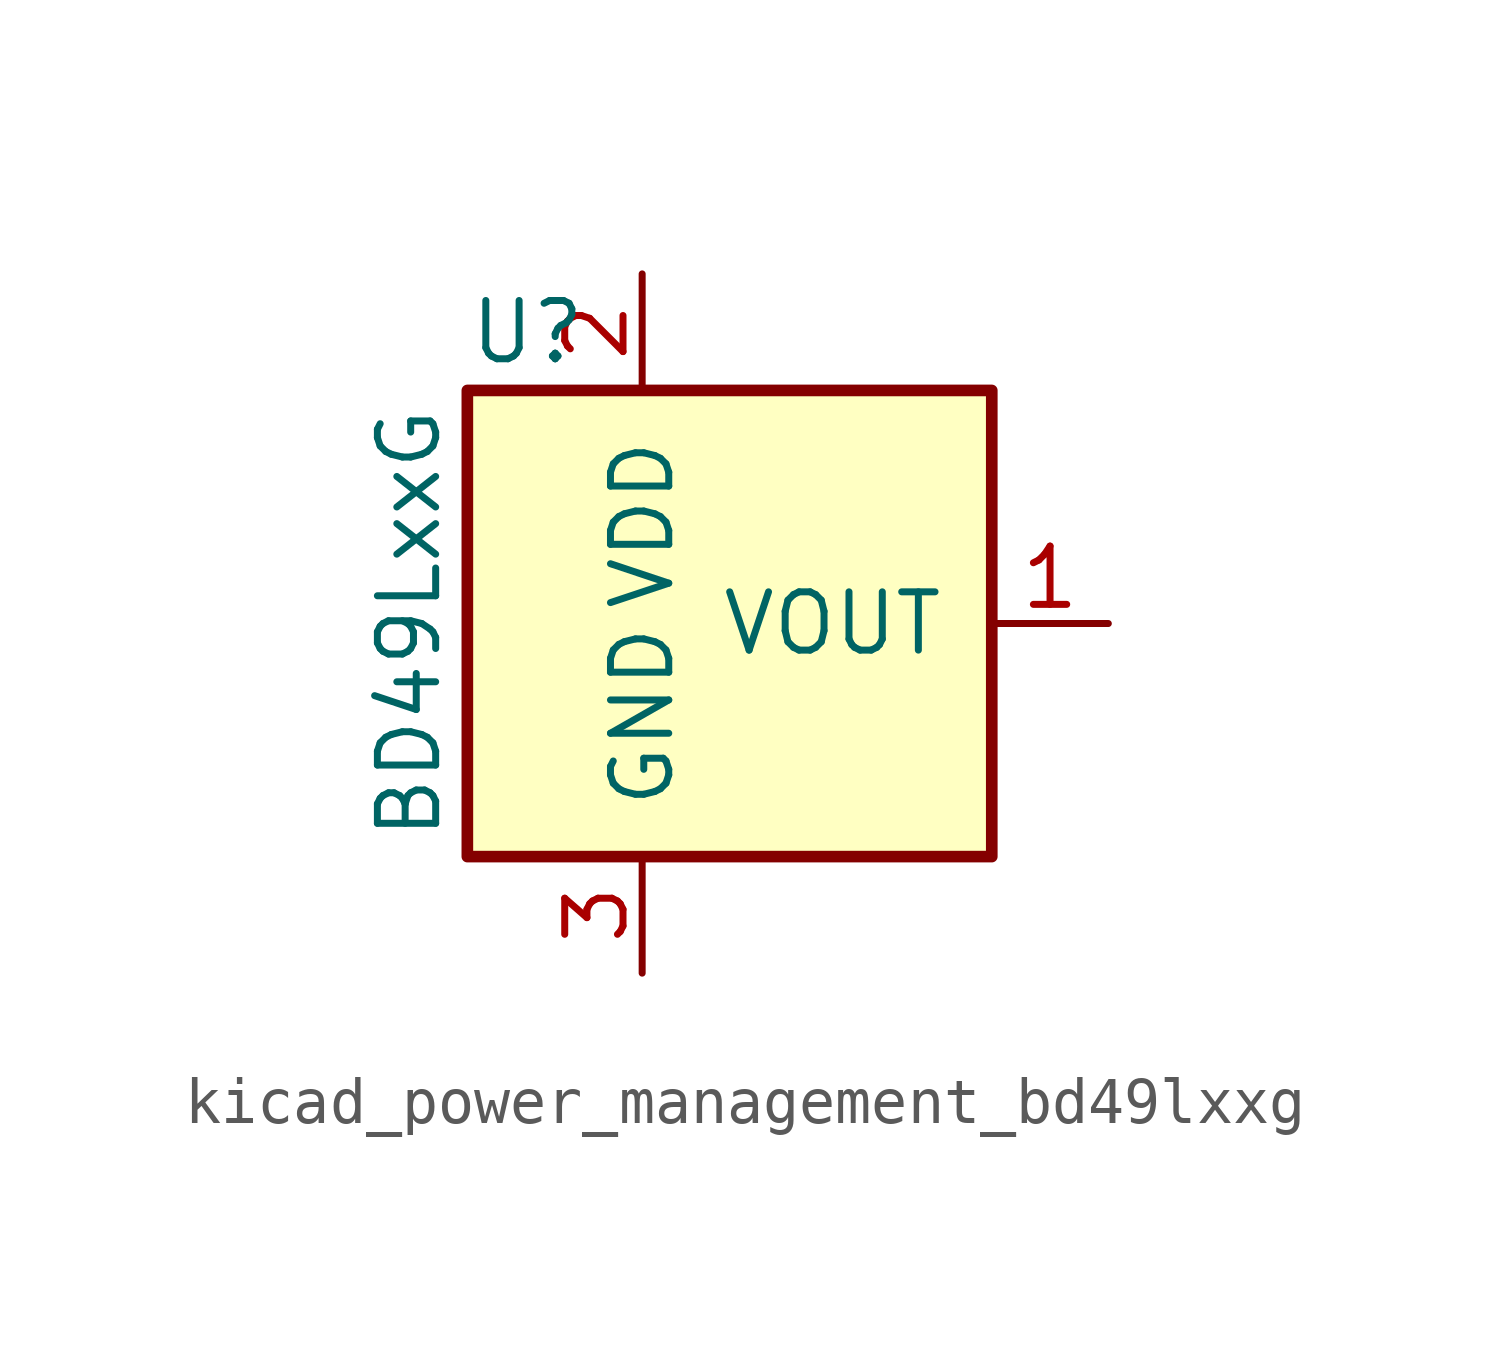
<source format=kicad_sym>
(kicad_symbol_lib
  (version 20220914)
  (generator kicad_symbol_editor)
  (symbol "kicad_power_management_bd49lxxg"
    (pin_names
      (offset 1.016))
    (property "Reference" "U"
      (at -3.81 6.35 0)
      (effects (font (size 1.27 1.27)) (justify left)))
    (property "Value" "BD49LxxG"
      (at -5.08 0 90)
      (effects (font (size 1.27 1.27))))
    (symbol "kicad_power_management_bd49lxxg_1_1"
      (rectangle (start -3.81 5.08) (end 7.62 -5.08) (stroke (width 0.254) (type default)) (fill (type background)))
      (pin output line (at 10.16 0 180) (length 2.54) (name "VOUT" (effects (font (size 1.27 1.27)))) (number "1" (effects (font (size 1.27 1.27)))))
      (pin power_in line (at 0 7.62 270) (length 2.54) (name "VDD" (effects (font (size 1.27 1.27)))) (number "2" (effects (font (size 1.27 1.27)))))
      (pin power_in line (at 0 -7.62 90) (length 2.54) (name "GND" (effects (font (size 1.27 1.27)))) (number "3" (effects (font (size 1.27 1.27))))))))
</source>
